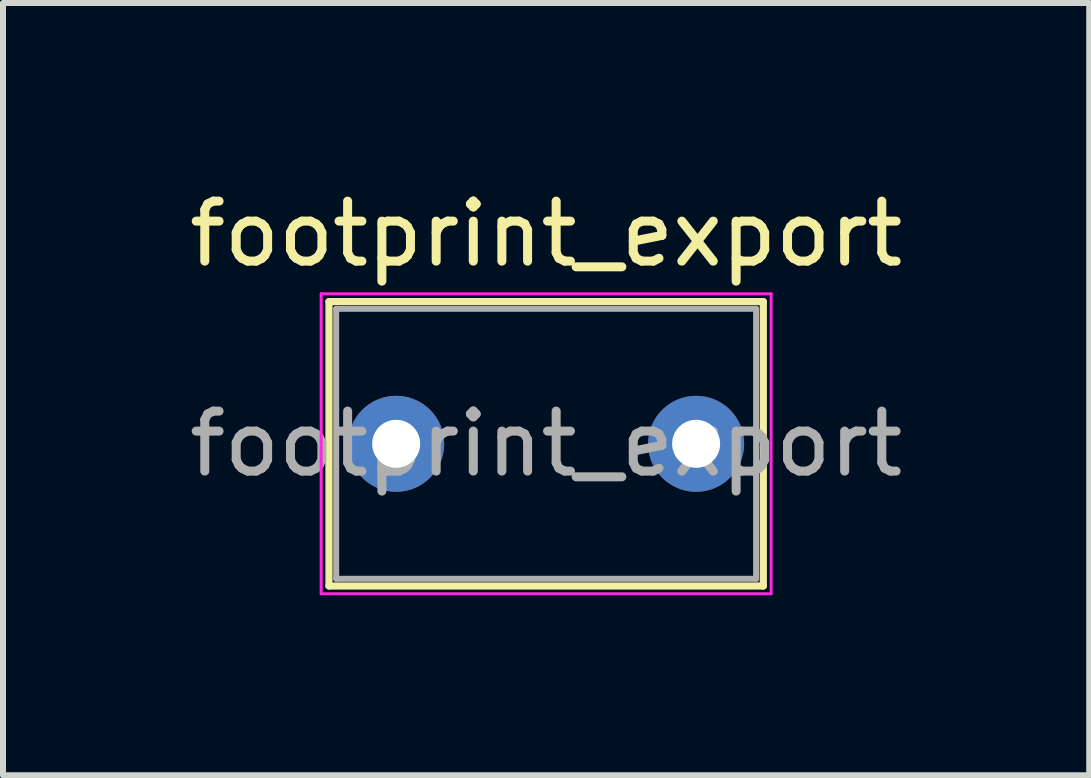
<source format=kicad_pcb>
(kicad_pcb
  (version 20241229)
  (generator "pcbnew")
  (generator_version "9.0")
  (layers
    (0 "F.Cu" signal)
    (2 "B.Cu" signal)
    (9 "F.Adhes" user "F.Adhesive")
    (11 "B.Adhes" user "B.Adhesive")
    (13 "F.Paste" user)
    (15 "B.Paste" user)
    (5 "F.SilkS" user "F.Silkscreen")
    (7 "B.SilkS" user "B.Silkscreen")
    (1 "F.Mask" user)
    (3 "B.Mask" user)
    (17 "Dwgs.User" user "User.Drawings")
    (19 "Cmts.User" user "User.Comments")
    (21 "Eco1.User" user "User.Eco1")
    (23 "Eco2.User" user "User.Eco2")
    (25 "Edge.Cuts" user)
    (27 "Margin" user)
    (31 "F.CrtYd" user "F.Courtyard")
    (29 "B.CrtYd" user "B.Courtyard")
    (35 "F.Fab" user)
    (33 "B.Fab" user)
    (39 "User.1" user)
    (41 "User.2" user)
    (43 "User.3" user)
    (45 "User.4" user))
  (footprint "footprint_export"
    (layer "F.Cu")
    (at 3.554 4.348)
    (property "Reference" "footprint_export" (at 2.5 -3.5 0) (layer "F.SilkS") (effects (font (size 1 1) (thickness 0.15))))
    (attr through_hole)
    (fp_line (start -1.12 -2.37) (end -1.12 2.37) (stroke (width 0.12) (type solid)) (layer "F.SilkS"))
    (fp_line (start -1.12 -2.37) (end 6.12 -2.37) (stroke (width 0.12) (type solid)) (layer "F.SilkS"))
    (fp_line (start -1.12 2.37) (end 6.12 2.37) (stroke (width 0.12) (type solid)) (layer "F.SilkS"))
    (fp_line (start 6.12 -2.37) (end 6.12 2.37) (stroke (width 0.12) (type solid)) (layer "F.SilkS"))
    (fp_line (start -1.25 -2.5) (end -1.25 2.5) (stroke (width 0.05) (type solid)) (layer "F.CrtYd"))
    (fp_line (start -1.25 2.5) (end 6.25 2.5) (stroke (width 0.05) (type solid)) (layer "F.CrtYd"))
    (fp_line (start 6.25 -2.5) (end -1.25 -2.5) (stroke (width 0.05) (type solid)) (layer "F.CrtYd"))
    (fp_line (start 6.25 2.5) (end 6.25 -2.5) (stroke (width 0.05) (type solid)) (layer "F.CrtYd"))
    (fp_line (start -1 -2.25) (end -1 2.25) (stroke (width 0.1) (type solid)) (layer "F.Fab"))
    (fp_line (start -1 2.25) (end 6 2.25) (stroke (width 0.1) (type solid)) (layer "F.Fab"))
    (fp_line (start 6 -2.25) (end -1 -2.25) (stroke (width 0.1) (type solid)) (layer "F.Fab"))
    (fp_line (start 6 2.25) (end 6 -2.25) (stroke (width 0.1) (type solid)) (layer "F.Fab"))
    (fp_text user "${REFERENCE}" (at 2.5 0 0) (layer "F.Fab") (effects (font (size 1 1) (thickness 0.15))))
    (pad "1" thru_hole circle (at 0 0) (size 1.6 1.6) (drill 0.8) (layers "*.Cu" "*.Mask"))
    (pad "2" thru_hole circle (at 5 0) (size 1.6 1.6) (drill 0.8) (layers "*.Cu" "*.Mask")))
  (gr_rect
    (start -3 -3)
    (end 15.107 9.873)
    (stroke (width 0.1) (type default))
    (fill no)
    (layer "Edge.Cuts")))
</source>
